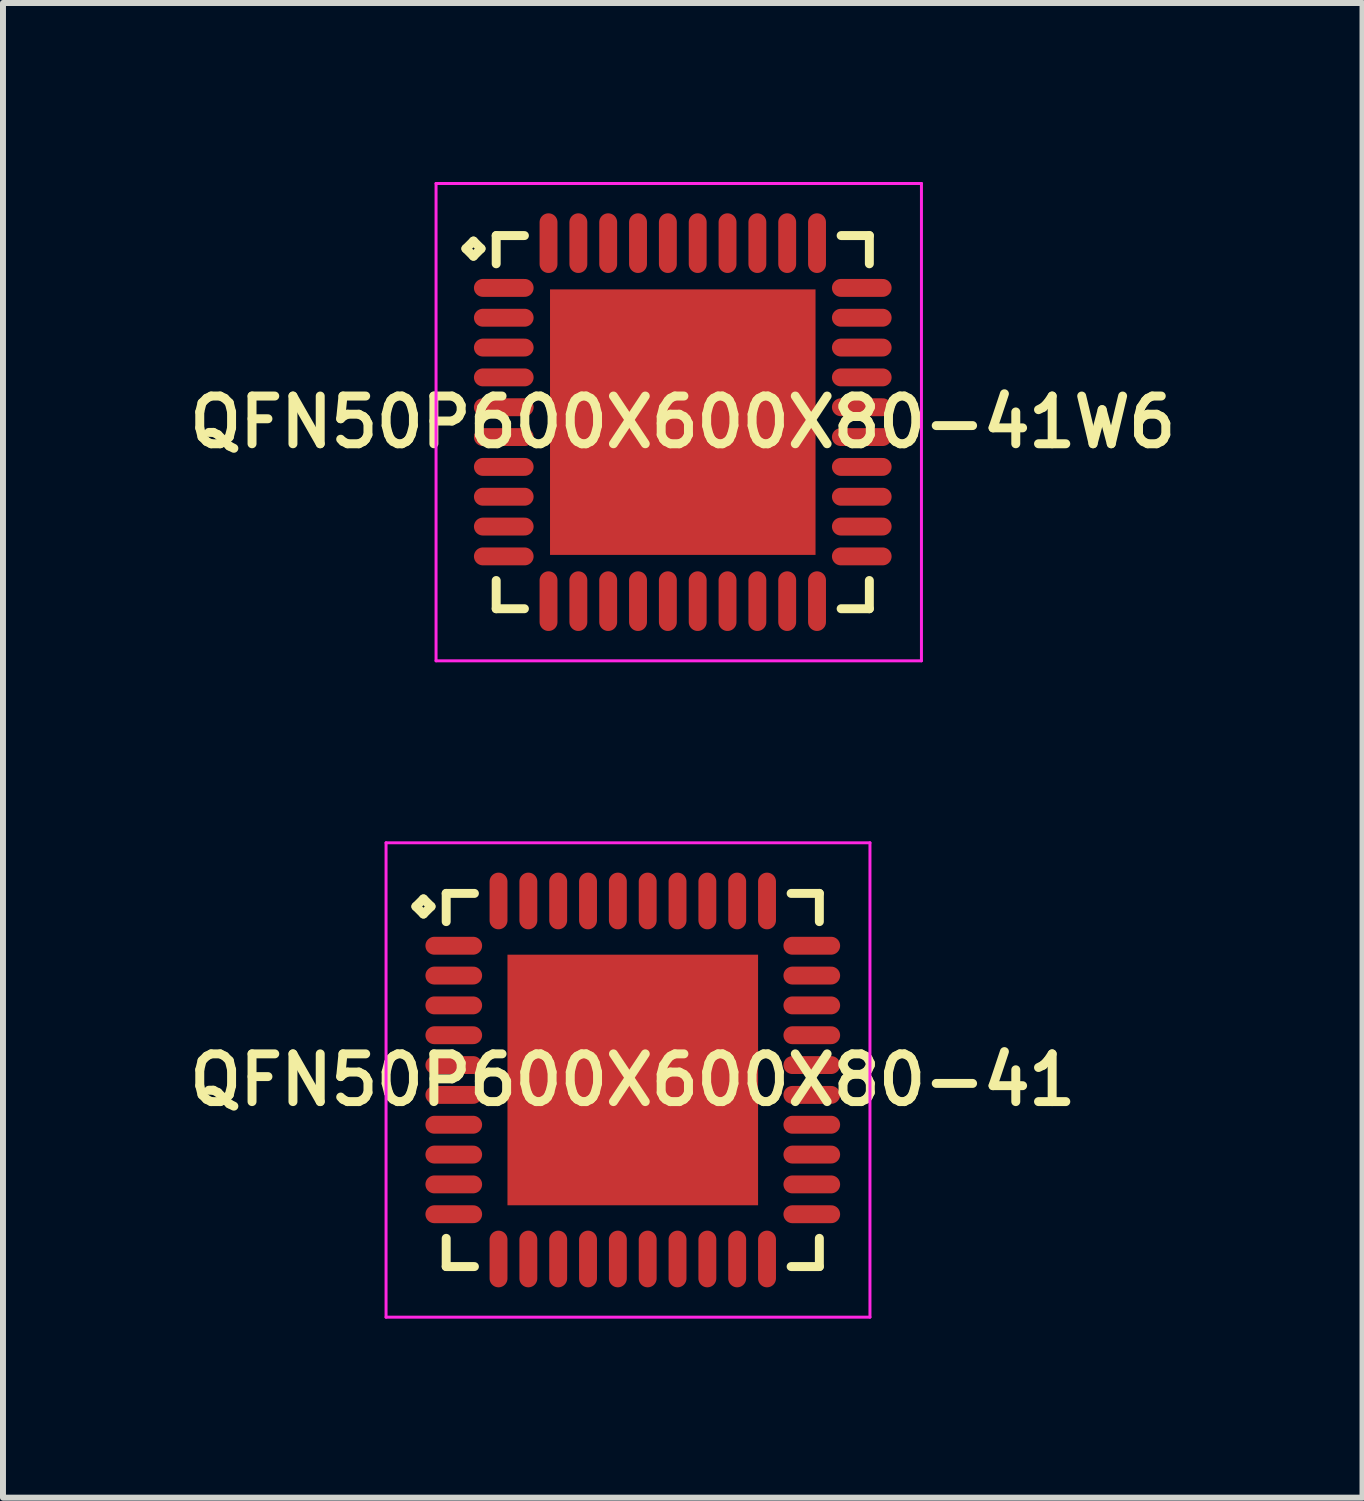
<source format=kicad_pcb>
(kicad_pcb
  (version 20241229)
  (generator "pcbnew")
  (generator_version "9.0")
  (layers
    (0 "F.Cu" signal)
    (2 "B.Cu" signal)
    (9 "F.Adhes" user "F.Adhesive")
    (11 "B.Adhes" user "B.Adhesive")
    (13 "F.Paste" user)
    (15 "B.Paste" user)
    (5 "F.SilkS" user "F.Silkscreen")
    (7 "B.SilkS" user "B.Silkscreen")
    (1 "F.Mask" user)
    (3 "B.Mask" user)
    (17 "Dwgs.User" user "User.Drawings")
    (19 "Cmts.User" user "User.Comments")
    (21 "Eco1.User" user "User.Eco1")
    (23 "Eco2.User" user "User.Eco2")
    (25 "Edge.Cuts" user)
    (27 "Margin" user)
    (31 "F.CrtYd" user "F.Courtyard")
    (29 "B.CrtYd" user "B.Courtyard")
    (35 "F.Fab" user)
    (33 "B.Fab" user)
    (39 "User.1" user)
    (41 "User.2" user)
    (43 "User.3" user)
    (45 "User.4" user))
  (footprint "QFN50P600X600X80-41"
    (layer "F.Cu")
    (at 7.555 15.05)
    (property "Reference" "QFN50P600X600X80-41" (at 0 0 0) (layer "F.SilkS") (effects (font (size 0.8 0.8) (thickness 0.15))))
    (attr smd)
    (fp_line (start -3.635 -2.908) (end -3.508 -3.035) (stroke (width 0.15) (type solid)) (layer "F.SilkS"))
    (fp_line (start -3.508 -3.035) (end -3.381 -2.908) (stroke (width 0.15) (type solid)) (layer "F.SilkS"))
    (fp_line (start -3.508 -2.781) (end -3.635 -2.908) (stroke (width 0.15) (type solid)) (layer "F.SilkS"))
    (fp_line (start -3.381 -2.908) (end -3.508 -2.781) (stroke (width 0.15) (type solid)) (layer "F.SilkS"))
    (fp_line (start -3.127 -3.127) (end -2.654 -3.127) (stroke (width 0.15) (type solid)) (layer "F.SilkS"))
    (fp_line (start -3.127 -2.654) (end -3.127 -3.127) (stroke (width 0.15) (type solid)) (layer "F.SilkS"))
    (fp_line (start -3.127 2.654) (end -3.127 3.127) (stroke (width 0.15) (type solid)) (layer "F.SilkS"))
    (fp_line (start -3.127 3.127) (end -2.654 3.127) (stroke (width 0.15) (type solid)) (layer "F.SilkS"))
    (fp_line (start 2.654 -3.127) (end 3.127 -3.127) (stroke (width 0.15) (type solid)) (layer "F.SilkS"))
    (fp_line (start 2.654 3.127) (end 3.127 3.127) (stroke (width 0.15) (type solid)) (layer "F.SilkS"))
    (fp_line (start 3.127 -3.127) (end 3.127 -2.654) (stroke (width 0.15) (type solid)) (layer "F.SilkS"))
    (fp_line (start 3.127 3.127) (end 3.127 2.654) (stroke (width 0.15) (type solid)) (layer "F.SilkS"))
    (fp_line (start -4.135 -3.975) (end 3.975 -3.975) (stroke (width 0.05) (type solid)) (layer "F.CrtYd"))
    (fp_line (start -4.135 3.975) (end -4.135 -3.975) (stroke (width 0.05) (type solid)) (layer "F.CrtYd"))
    (fp_line (start 3.975 -3.975) (end 3.975 3.975) (stroke (width 0.05) (type solid)) (layer "F.CrtYd"))
    (fp_line (start 3.975 3.975) (end -4.135 3.975) (stroke (width 0.05) (type solid)) (layer "F.CrtYd"))
    (pad "1" smd oval (at -3 -2.25) (size 0.95 0.3) (layers "F.Cu" "F.Mask" "F.Paste"))
    (pad "2" smd oval (at -3 -1.75) (size 0.95 0.3) (layers "F.Cu" "F.Mask" "F.Paste"))
    (pad "3" smd oval (at -3 -1.25) (size 0.95 0.3) (layers "F.Cu" "F.Mask" "F.Paste"))
    (pad "4" smd oval (at -3 -0.75) (size 0.95 0.3) (layers "F.Cu" "F.Mask" "F.Paste"))
    (pad "5" smd oval (at -3 -0.25) (size 0.95 0.3) (layers "F.Cu" "F.Mask" "F.Paste"))
    (pad "6" smd oval (at -3 0.25) (size 0.95 0.3) (layers "F.Cu" "F.Mask" "F.Paste"))
    (pad "7" smd oval (at -3 0.75) (size 0.95 0.3) (layers "F.Cu" "F.Mask" "F.Paste"))
    (pad "8" smd oval (at -3 1.25) (size 0.95 0.3) (layers "F.Cu" "F.Mask" "F.Paste"))
    (pad "9" smd oval (at -3 1.75) (size 0.95 0.3) (layers "F.Cu" "F.Mask" "F.Paste"))
    (pad "10" smd oval (at -3 2.25) (size 0.95 0.3) (layers "F.Cu" "F.Mask" "F.Paste"))
    (pad "11" smd oval (at -2.25 3) (size 0.3 0.95) (layers "F.Cu" "F.Mask" "F.Paste"))
    (pad "12" smd oval (at -1.75 3) (size 0.3 0.95) (layers "F.Cu" "F.Mask" "F.Paste"))
    (pad "13" smd oval (at -1.25 3) (size 0.3 0.95) (layers "F.Cu" "F.Mask" "F.Paste"))
    (pad "14" smd oval (at -0.75 3) (size 0.3 0.95) (layers "F.Cu" "F.Mask" "F.Paste"))
    (pad "15" smd oval (at -0.25 3) (size 0.3 0.95) (layers "F.Cu" "F.Mask" "F.Paste"))
    (pad "16" smd oval (at 0.25 3) (size 0.3 0.95) (layers "F.Cu" "F.Mask" "F.Paste"))
    (pad "17" smd oval (at 0.75 3) (size 0.3 0.95) (layers "F.Cu" "F.Mask" "F.Paste"))
    (pad "18" smd oval (at 1.25 3) (size 0.3 0.95) (layers "F.Cu" "F.Mask" "F.Paste"))
    (pad "19" smd oval (at 1.75 3) (size 0.3 0.95) (layers "F.Cu" "F.Mask" "F.Paste"))
    (pad "20" smd oval (at 2.25 3) (size 0.3 0.95) (layers "F.Cu" "F.Mask" "F.Paste"))
    (pad "21" smd oval (at 3 2.25) (size 0.95 0.3) (layers "F.Cu" "F.Mask" "F.Paste"))
    (pad "22" smd oval (at 3 1.75) (size 0.95 0.3) (layers "F.Cu" "F.Mask" "F.Paste"))
    (pad "23" smd oval (at 3 1.25) (size 0.95 0.3) (layers "F.Cu" "F.Mask" "F.Paste"))
    (pad "24" smd oval (at 3 0.75) (size 0.95 0.3) (layers "F.Cu" "F.Mask" "F.Paste"))
    (pad "25" smd oval (at 3 0.25) (size 0.95 0.3) (layers "F.Cu" "F.Mask" "F.Paste"))
    (pad "26" smd oval (at 3 -0.25) (size 0.95 0.3) (layers "F.Cu" "F.Mask" "F.Paste"))
    (pad "27" smd oval (at 3 -0.75) (size 0.95 0.3) (layers "F.Cu" "F.Mask" "F.Paste"))
    (pad "28" smd oval (at 3 -1.25) (size 0.95 0.3) (layers "F.Cu" "F.Mask" "F.Paste"))
    (pad "29" smd oval (at 3 -1.75) (size 0.95 0.3) (layers "F.Cu" "F.Mask" "F.Paste"))
    (pad "30" smd oval (at 3 -2.25) (size 0.95 0.3) (layers "F.Cu" "F.Mask" "F.Paste"))
    (pad "31" smd oval (at 2.25 -3) (size 0.3 0.95) (layers "F.Cu" "F.Mask" "F.Paste"))
    (pad "32" smd oval (at 1.75 -3) (size 0.3 0.95) (layers "F.Cu" "F.Mask" "F.Paste"))
    (pad "33" smd oval (at 1.25 -3) (size 0.3 0.95) (layers "F.Cu" "F.Mask" "F.Paste"))
    (pad "34" smd oval (at 0.75 -3) (size 0.3 0.95) (layers "F.Cu" "F.Mask" "F.Paste"))
    (pad "35" smd oval (at 0.25 -3) (size 0.3 0.95) (layers "F.Cu" "F.Mask" "F.Paste"))
    (pad "36" smd oval (at -0.25 -3) (size 0.3 0.95) (layers "F.Cu" "F.Mask" "F.Paste"))
    (pad "37" smd oval (at -0.75 -3) (size 0.3 0.95) (layers "F.Cu" "F.Mask" "F.Paste"))
    (pad "38" smd oval (at -1.25 -3) (size 0.3 0.95) (layers "F.Cu" "F.Mask" "F.Paste"))
    (pad "39" smd oval (at -1.75 -3) (size 0.3 0.95) (layers "F.Cu" "F.Mask" "F.Paste"))
    (pad "40" smd oval (at -2.25 -3) (size 0.3 0.95) (layers "F.Cu" "F.Mask" "F.Paste"))
    (pad "41" smd rect (at 0 0) (size 4.2 4.2) (layers "F.Cu" "F.Mask" "F.Paste")))
  (footprint "QFN50P600X600X80-41W6"
    (layer "F.Cu")
    (at 8.393 4.025)
    (property "Reference" "QFN50P600X600X80-41W6" (at 0 0 0) (layer "F.SilkS") (effects (font (size 0.8 0.8) (thickness 0.15))))
    (attr smd)
    (fp_line (start -3.635 -2.908) (end -3.508 -3.035) (stroke (width 0.15) (type solid)) (layer "F.SilkS"))
    (fp_line (start -3.508 -3.035) (end -3.381 -2.908) (stroke (width 0.15) (type solid)) (layer "F.SilkS"))
    (fp_line (start -3.508 -2.781) (end -3.635 -2.908) (stroke (width 0.15) (type solid)) (layer "F.SilkS"))
    (fp_line (start -3.381 -2.908) (end -3.508 -2.781) (stroke (width 0.15) (type solid)) (layer "F.SilkS"))
    (fp_line (start -3.127 -3.127) (end -2.654 -3.127) (stroke (width 0.15) (type solid)) (layer "F.SilkS"))
    (fp_line (start -3.127 -2.654) (end -3.127 -3.127) (stroke (width 0.15) (type solid)) (layer "F.SilkS"))
    (fp_line (start -3.127 2.654) (end -3.127 3.127) (stroke (width 0.15) (type solid)) (layer "F.SilkS"))
    (fp_line (start -3.127 3.127) (end -2.654 3.127) (stroke (width 0.15) (type solid)) (layer "F.SilkS"))
    (fp_line (start 2.654 -3.127) (end 3.127 -3.127) (stroke (width 0.15) (type solid)) (layer "F.SilkS"))
    (fp_line (start 2.654 3.127) (end 3.127 3.127) (stroke (width 0.15) (type solid)) (layer "F.SilkS"))
    (fp_line (start 3.127 -3.127) (end 3.127 -2.654) (stroke (width 0.15) (type solid)) (layer "F.SilkS"))
    (fp_line (start 3.127 3.127) (end 3.127 2.654) (stroke (width 0.15) (type solid)) (layer "F.SilkS"))
    (fp_line (start -4.135 -4) (end 4 -4) (stroke (width 0.05) (type solid)) (layer "F.CrtYd"))
    (fp_line (start -4.135 4) (end -4.135 -4) (stroke (width 0.05) (type solid)) (layer "F.CrtYd"))
    (fp_line (start 4 -4) (end 4 4) (stroke (width 0.05) (type solid)) (layer "F.CrtYd"))
    (fp_line (start 4 4) (end -4.135 4) (stroke (width 0.05) (type solid)) (layer "F.CrtYd"))
    (pad "1" smd oval (at -3 -2.25) (size 1 0.3) (layers "F.Cu" "F.Mask" "F.Paste"))
    (pad "2" smd oval (at -3 -1.75) (size 1 0.3) (layers "F.Cu" "F.Mask" "F.Paste"))
    (pad "3" smd oval (at -3 -1.25) (size 1 0.3) (layers "F.Cu" "F.Mask" "F.Paste"))
    (pad "4" smd oval (at -3 -0.75) (size 1 0.3) (layers "F.Cu" "F.Mask" "F.Paste"))
    (pad "5" smd oval (at -3 -0.25) (size 1 0.3) (layers "F.Cu" "F.Mask" "F.Paste"))
    (pad "6" smd oval (at -3 0.25) (size 1 0.3) (layers "F.Cu" "F.Mask" "F.Paste"))
    (pad "7" smd oval (at -3 0.75) (size 1 0.3) (layers "F.Cu" "F.Mask" "F.Paste"))
    (pad "8" smd oval (at -3 1.25) (size 1 0.3) (layers "F.Cu" "F.Mask" "F.Paste"))
    (pad "9" smd oval (at -3 1.75) (size 1 0.3) (layers "F.Cu" "F.Mask" "F.Paste"))
    (pad "10" smd oval (at -3 2.25) (size 1 0.3) (layers "F.Cu" "F.Mask" "F.Paste"))
    (pad "11" smd oval (at -2.25 3) (size 0.3 1) (layers "F.Cu" "F.Mask" "F.Paste"))
    (pad "12" smd oval (at -1.75 3) (size 0.3 1) (layers "F.Cu" "F.Mask" "F.Paste"))
    (pad "13" smd oval (at -1.25 3) (size 0.3 1) (layers "F.Cu" "F.Mask" "F.Paste"))
    (pad "14" smd oval (at -0.75 3) (size 0.3 1) (layers "F.Cu" "F.Mask" "F.Paste"))
    (pad "15" smd oval (at -0.25 3) (size 0.3 1) (layers "F.Cu" "F.Mask" "F.Paste"))
    (pad "16" smd oval (at 0.25 3) (size 0.3 1) (layers "F.Cu" "F.Mask" "F.Paste"))
    (pad "17" smd oval (at 0.75 3) (size 0.3 1) (layers "F.Cu" "F.Mask" "F.Paste"))
    (pad "18" smd oval (at 1.25 3) (size 0.3 1) (layers "F.Cu" "F.Mask" "F.Paste"))
    (pad "19" smd oval (at 1.75 3) (size 0.3 1) (layers "F.Cu" "F.Mask" "F.Paste"))
    (pad "20" smd oval (at 2.25 3) (size 0.3 1) (layers "F.Cu" "F.Mask" "F.Paste"))
    (pad "21" smd oval (at 3 2.25) (size 1 0.3) (layers "F.Cu" "F.Mask" "F.Paste"))
    (pad "22" smd oval (at 3 1.75) (size 1 0.3) (layers "F.Cu" "F.Mask" "F.Paste"))
    (pad "23" smd oval (at 3 1.25) (size 1 0.3) (layers "F.Cu" "F.Mask" "F.Paste"))
    (pad "24" smd oval (at 3 0.75) (size 1 0.3) (layers "F.Cu" "F.Mask" "F.Paste"))
    (pad "25" smd oval (at 3 0.25) (size 1 0.3) (layers "F.Cu" "F.Mask" "F.Paste"))
    (pad "26" smd oval (at 3 -0.25) (size 1 0.3) (layers "F.Cu" "F.Mask" "F.Paste"))
    (pad "27" smd oval (at 3 -0.75) (size 1 0.3) (layers "F.Cu" "F.Mask" "F.Paste"))
    (pad "28" smd oval (at 3 -1.25) (size 1 0.3) (layers "F.Cu" "F.Mask" "F.Paste"))
    (pad "29" smd oval (at 3 -1.75) (size 1 0.3) (layers "F.Cu" "F.Mask" "F.Paste"))
    (pad "30" smd oval (at 3 -2.25) (size 1 0.3) (layers "F.Cu" "F.Mask" "F.Paste"))
    (pad "31" smd oval (at 2.25 -3) (size 0.3 1) (layers "F.Cu" "F.Mask" "F.Paste"))
    (pad "32" smd oval (at 1.75 -3) (size 0.3 1) (layers "F.Cu" "F.Mask" "F.Paste"))
    (pad "33" smd oval (at 1.25 -3) (size 0.3 1) (layers "F.Cu" "F.Mask" "F.Paste"))
    (pad "34" smd oval (at 0.75 -3) (size 0.3 1) (layers "F.Cu" "F.Mask" "F.Paste"))
    (pad "35" smd oval (at 0.25 -3) (size 0.3 1) (layers "F.Cu" "F.Mask" "F.Paste"))
    (pad "36" smd oval (at -0.25 -3) (size 0.3 1) (layers "F.Cu" "F.Mask" "F.Paste"))
    (pad "37" smd oval (at -0.75 -3) (size 0.3 1) (layers "F.Cu" "F.Mask" "F.Paste"))
    (pad "38" smd oval (at -1.25 -3) (size 0.3 1) (layers "F.Cu" "F.Mask" "F.Paste"))
    (pad "39" smd oval (at -1.75 -3) (size 0.3 1) (layers "F.Cu" "F.Mask" "F.Paste"))
    (pad "40" smd oval (at -2.25 -3) (size 0.3 1) (layers "F.Cu" "F.Mask" "F.Paste"))
    (pad "41" smd rect (at 0 0) (size 4.45 4.45) (layers "F.Cu" "F.Mask" "F.Paste")))
  (gr_rect
    (start -3 -3)
    (end 19.785 22.05)
    (stroke (width 0.1) (type default))
    (fill no)
    (layer "Edge.Cuts")))
</source>
